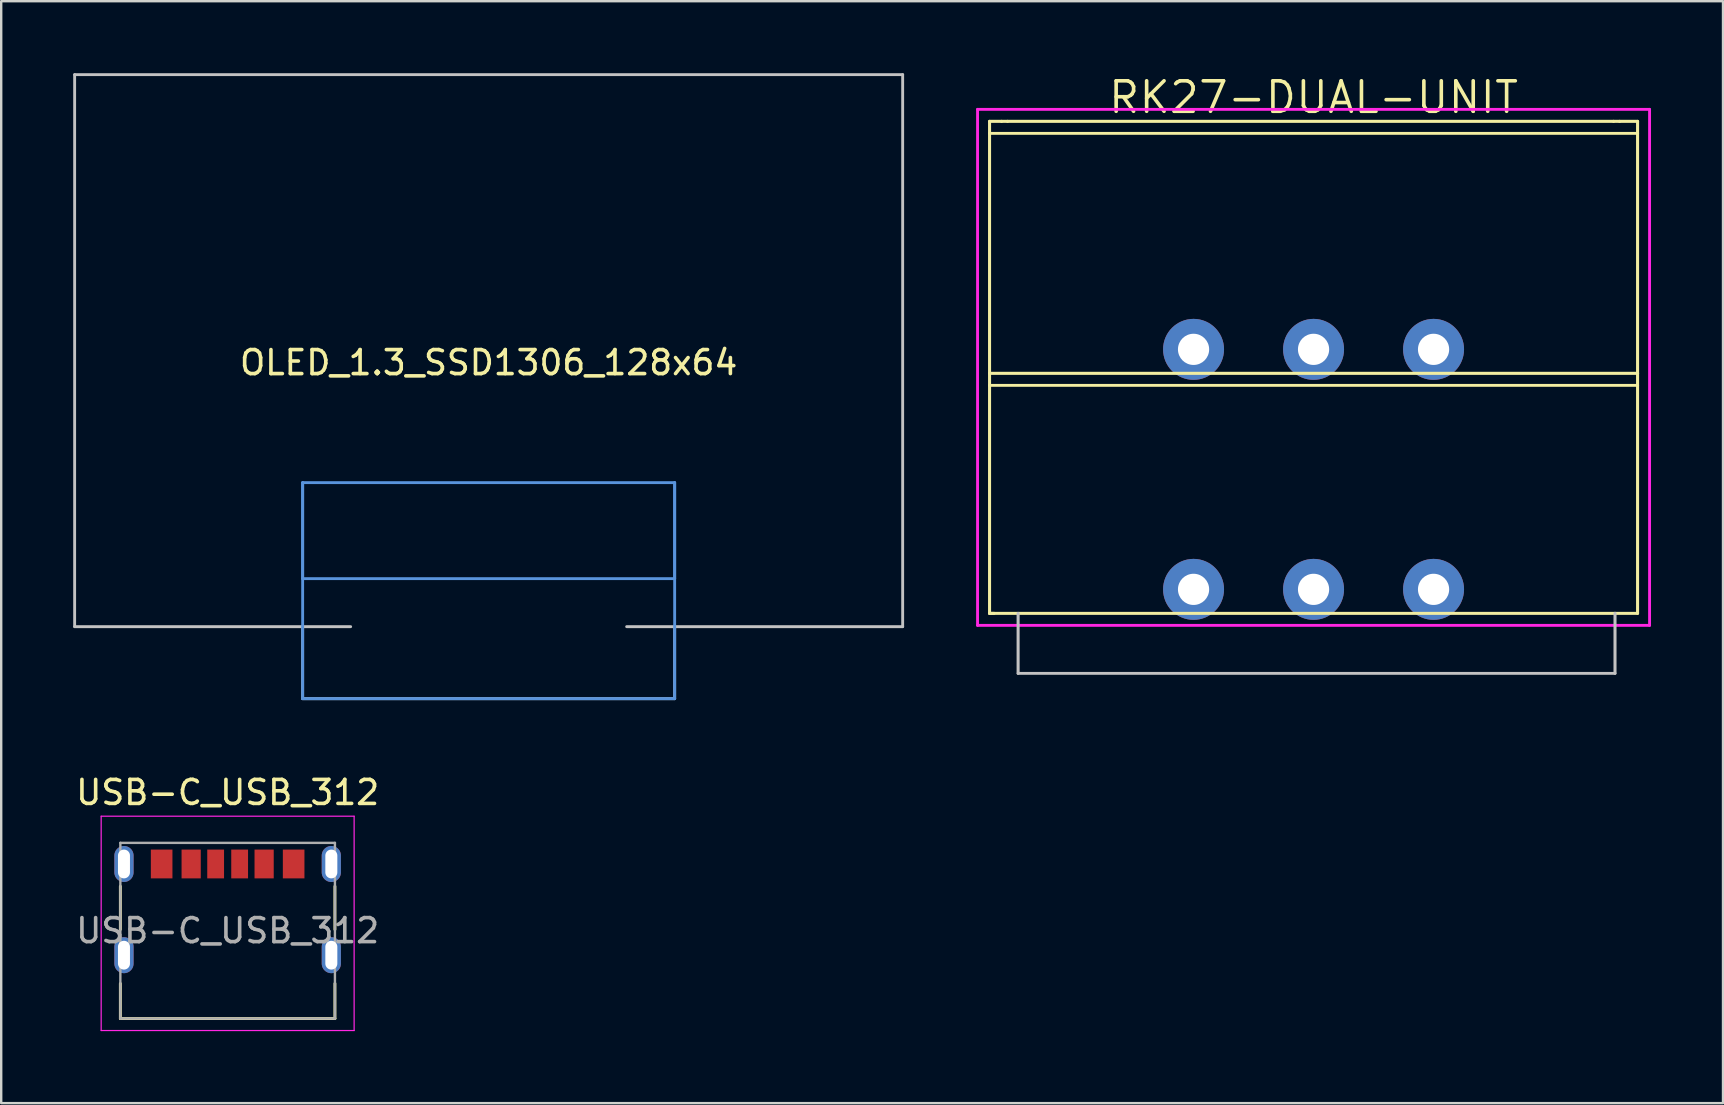
<source format=kicad_pcb>
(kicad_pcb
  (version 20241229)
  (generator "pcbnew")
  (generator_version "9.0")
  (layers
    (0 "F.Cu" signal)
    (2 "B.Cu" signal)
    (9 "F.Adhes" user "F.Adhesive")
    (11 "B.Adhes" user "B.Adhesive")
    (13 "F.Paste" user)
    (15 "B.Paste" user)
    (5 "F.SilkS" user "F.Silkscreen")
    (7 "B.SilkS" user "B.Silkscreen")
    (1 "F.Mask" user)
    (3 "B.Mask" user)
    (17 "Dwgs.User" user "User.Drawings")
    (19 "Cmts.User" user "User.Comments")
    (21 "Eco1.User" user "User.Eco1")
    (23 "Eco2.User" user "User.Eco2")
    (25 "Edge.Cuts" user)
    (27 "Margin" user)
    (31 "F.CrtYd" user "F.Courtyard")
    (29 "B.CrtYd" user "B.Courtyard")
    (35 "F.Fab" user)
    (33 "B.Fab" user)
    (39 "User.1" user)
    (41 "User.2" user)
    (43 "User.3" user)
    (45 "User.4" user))
  (footprint "USB-C_USB_312"
    (layer "F.Cu")
    (at 6.435 36.748)
    (property "Reference" "USB-C_USB_312" (at 0 -6.78 0) (layer "F.SilkS") (effects (font (size 1 1) (thickness 0.15))))
    (attr smd)
    (fp_line (start -4.47 -2.87) (end -4.47 -1.07) (stroke (width 0.12) (type solid)) (layer "F.SilkS"))
    (fp_line (start -4.47 2.64) (end -4.47 1.18) (stroke (width 0.12) (type solid)) (layer "F.SilkS"))
    (fp_line (start 4.47 -2.87) (end 4.47 -1.07) (stroke (width 0.12) (type solid)) (layer "F.SilkS"))
    (fp_line (start 4.47 2.64) (end -4.47 2.64) (stroke (width 0.12) (type solid)) (layer "F.SilkS"))
    (fp_line (start 4.47 2.64) (end 4.47 1.18) (stroke (width 0.12) (type solid)) (layer "F.SilkS"))
    (fp_line (start -5.27 -5.79) (end -5.27 3.14) (stroke (width 0.05) (type solid)) (layer "F.CrtYd"))
    (fp_line (start -5.27 3.14) (end 5.27 3.14) (stroke (width 0.05) (type solid)) (layer "F.CrtYd"))
    (fp_line (start 5.27 -5.79) (end -5.27 -5.79) (stroke (width 0.05) (type solid)) (layer "F.CrtYd"))
    (fp_line (start 5.27 3.14) (end 5.27 -5.79) (stroke (width 0.05) (type solid)) (layer "F.CrtYd"))
    (fp_line (start -4.47 -4.68) (end -4.47 2.64) (stroke (width 0.1) (type solid)) (layer "F.Fab"))
    (fp_line (start -4.47 -4.68) (end 4.47 -4.68) (stroke (width 0.1) (type solid)) (layer "F.Fab"))
    (fp_line (start 4.47 -4.68) (end 4.47 2.64) (stroke (width 0.1) (type solid)) (layer "F.Fab"))
    (fp_line (start 4.47 2.64) (end -4.47 2.64) (stroke (width 0.1) (type solid)) (layer "F.Fab"))
    (fp_text user "${REFERENCE}" (at 0 -1.02 0) (layer "F.Fab") (effects (font (size 1 1) (thickness 0.15))))
    (pad "A5" smd rect (at -0.5 -3.8) (size 0.7 1.2) (layers "F.Cu" "F.Mask" "F.Paste"))
    (pad "A9" smd rect (at 1.52 -3.8) (size 0.8 1.2) (layers "F.Cu" "F.Mask" "F.Paste"))
    (pad "A12" smd rect (at 2.75 -3.8) (size 0.9 1.2) (layers "F.Cu" "F.Mask" "F.Paste"))
    (pad "B5" smd rect (at 0.5 -3.8) (size 0.7 1.2) (layers "F.Cu" "F.Mask" "F.Paste"))
    (pad "B9" smd rect (at -1.52 -3.8) (size 0.8 1.2) (layers "F.Cu" "F.Mask" "F.Paste"))
    (pad "B12" smd rect (at -2.75 -3.8) (size 0.9 1.2) (layers "F.Cu" "F.Mask" "F.Paste"))
    (pad "S1" thru_hole oval (at -4.32 -3.8 90) (size 1.5 0.8) (drill oval 1.2 0.5) (layers "*.Cu" "*.Mask"))
    (pad "S1" thru_hole oval (at -4.32 0 90) (size 1.5 0.8) (drill oval 1.2 0.5) (layers "*.Cu" "*.Mask"))
    (pad "S1" thru_hole oval (at 4.32 -3.8 90) (size 1.5 0.8) (drill oval 1.2 0.5) (layers "*.Cu" "*.Mask"))
    (pad "S1" thru_hole oval (at 4.32 0 90) (size 1.5 0.8) (drill oval 1.2 0.5) (layers "*.Cu" "*.Mask")))
  (footprint "RK27-DUAL-UNIT"
    (layer "F.Cu")
    (at 51.68 21.506)
    (property "Reference" "RK27-DUAL-UNIT" (at 0 -20.5 0) (layer "F.SilkS") (effects (font (size 1.27 1.27) (thickness 0.15))))
    (attr through_hole)
    (fp_line (start -13.5 -19.5) (end -13 -19.5) (stroke (width 0.127) (type solid)) (layer "F.SilkS"))
    (fp_line (start -13.5 -19) (end -13.5 -19.5) (stroke (width 0.127) (type solid)) (layer "F.SilkS"))
    (fp_line (start -13.5 -19) (end 13.5 -19) (stroke (width 0.12) (type solid)) (layer "F.SilkS"))
    (fp_line (start -13.5 -9) (end -13.5 -19) (stroke (width 0.127) (type solid)) (layer "F.SilkS"))
    (fp_line (start -13.5 -9) (end 13.5 -9) (stroke (width 0.127) (type solid)) (layer "F.SilkS"))
    (fp_line (start -13.5 -8.5) (end -13.5 -9) (stroke (width 0.127) (type solid)) (layer "F.SilkS"))
    (fp_line (start -13.5 -8.5) (end 13.5 -8.5) (stroke (width 0.12) (type solid)) (layer "F.SilkS"))
    (fp_line (start -13.5 1) (end -13.5 -8.5) (stroke (width 0.127) (type solid)) (layer "F.SilkS"))
    (fp_line (start -13.5 1) (end -13.31 1) (stroke (width 0.127) (type solid)) (layer "F.SilkS"))
    (fp_line (start -13.5 1) (end 12.56 1) (stroke (width 0.127) (type solid)) (layer "F.SilkS"))
    (fp_line (start -13 -19.5) (end -12.75 -19.5) (stroke (width 0.127) (type solid)) (layer "F.SilkS"))
    (fp_line (start -12.75 -19.5) (end 12.5 -19.5) (stroke (width 0.127) (type solid)) (layer "F.SilkS"))
    (fp_line (start 12.5 -19.5) (end 12.75 -19.5) (stroke (width 0.127) (type solid)) (layer "F.SilkS"))
    (fp_line (start 12.56 1) (end 13.5 1) (stroke (width 0.127) (type solid)) (layer "F.SilkS"))
    (fp_line (start 12.75 -19.5) (end 13.5 -19.5) (stroke (width 0.127) (type solid)) (layer "F.SilkS"))
    (fp_line (start 13.5 -19) (end 13.5 -19.5) (stroke (width 0.127) (type solid)) (layer "F.SilkS"))
    (fp_line (start 13.5 -9) (end 13.5 -19) (stroke (width 0.127) (type solid)) (layer "F.SilkS"))
    (fp_line (start 13.5 -8.5) (end 13.5 -9) (stroke (width 0.127) (type solid)) (layer "F.SilkS"))
    (fp_line (start 13.5 1) (end 13.5 -8.5) (stroke (width 0.127) (type solid)) (layer "F.SilkS"))
    (fp_line (start -12.31 1) (end -12.31 3.5) (stroke (width 0.127) (type solid)) (layer "Dwgs.User"))
    (fp_line (start 12.56 3.5) (end -12.31 3.5) (stroke (width 0.12) (type solid)) (layer "Dwgs.User"))
    (fp_line (start 12.56 3.5) (end 12.56 1) (stroke (width 0.127) (type solid)) (layer "Dwgs.User"))
    (fp_line (start -14 -20) (end -14 1.5) (stroke (width 0.12) (type solid)) (layer "F.CrtYd"))
    (fp_line (start -14 1.5) (end 14 1.5) (stroke (width 0.12) (type solid)) (layer "F.CrtYd"))
    (fp_line (start 14 -20) (end -14 -20) (stroke (width 0.12) (type solid)) (layer "F.CrtYd"))
    (fp_line (start 14 1.5) (end 14 -20) (stroke (width 0.12) (type solid)) (layer "F.CrtYd"))
    (pad "1" thru_hole circle (at -5 0) (size 2.54 2.54) (drill 1.3) (layers "*.Cu" "*.Mask"))
    (pad "2" thru_hole circle (at 0 0) (size 2.54 2.54) (drill 1.3) (layers "*.Cu" "*.Mask"))
    (pad "3" thru_hole circle (at 5 0) (size 2.54 2.54) (drill 1.3) (layers "*.Cu" "*.Mask"))
    (pad "4" thru_hole circle (at -5 -10) (size 2.54 2.54) (drill 1.3) (layers "*.Cu" "*.Mask"))
    (pad "5" thru_hole circle (at 0 -10) (size 2.54 2.54) (drill 1.3) (layers "*.Cu" "*.Mask"))
    (pad "6" thru_hole circle (at 5 -10) (size 2.54 2.54) (drill 1.3) (layers "*.Cu" "*.Mask")))
  (footprint "OLED_1.3_SSD1306_128x64"
    (layer "F.Cu")
    (at 17.31 11.56)
    (property "Reference" "OLED_1.3_SSD1306_128x64" (at 0 0.5 0) (layer "F.SilkS") (effects (font (size 1 1) (thickness 0.15))))
    (attr through_hole)
    (fp_line (start -17.25 -11.5) (end 17.25 -11.5) (stroke (width 0.12) (type solid)) (layer "Dwgs.User"))
    (fp_line (start -17.25 11.5) (end -17.25 -11.5) (stroke (width 0.12) (type solid)) (layer "Dwgs.User"))
    (fp_line (start -17.25 11.5) (end -7.75 11.5) (stroke (width 0.12) (type solid)) (layer "Dwgs.User"))
    (fp_line (start -7.75 11.5) (end -7.75 14.5) (stroke (width 0.12) (type solid)) (layer "Dwgs.User"))
    (fp_line (start -7.75 14.5) (end 7.75 14.5) (stroke (width 0.12) (type solid)) (layer "Dwgs.User"))
    (fp_line (start -5.75 11.5) (end -7.75 11.5) (stroke (width 0.12) (type solid)) (layer "Dwgs.User"))
    (fp_line (start 5.75 11.5) (end 7.75 11.5) (stroke (width 0.12) (type solid)) (layer "Dwgs.User"))
    (fp_line (start 7.75 11.5) (end 7.75 14.5) (stroke (width 0.12) (type solid)) (layer "Dwgs.User"))
    (fp_line (start 7.75 11.5) (end 17.25 11.5) (stroke (width 0.12) (type solid)) (layer "Dwgs.User"))
    (fp_line (start 17.25 -11.5) (end 17.25 11.5) (stroke (width 0.12) (type solid)) (layer "Dwgs.User"))
    (fp_line (start -7.75 5.5) (end -7.75 9.5) (stroke (width 0.12) (type solid)) (layer "Cmts.User"))
    (fp_line (start -7.75 5.5) (end 7.75 5.5) (stroke (width 0.12) (type solid)) (layer "Cmts.User"))
    (fp_line (start -7.75 14.5) (end -7.75 5.5) (stroke (width 0.12) (type solid)) (layer "Cmts.User"))
    (fp_line (start 7.75 5.5) (end 7.75 9.5) (stroke (width 0.12) (type solid)) (layer "Cmts.User"))
    (fp_line (start 7.75 9.5) (end -7.75 9.5) (stroke (width 0.12) (type solid)) (layer "Cmts.User"))
    (fp_line (start 7.75 14.5) (end -7.75 14.5) (stroke (width 0.12) (type solid)) (layer "Cmts.User"))
    (fp_line (start 7.75 14.5) (end 7.75 5.5) (stroke (width 0.12) (type solid)) (layer "Cmts.User")))
  (gr_rect
    (start -3 -3)
    (end 68.74 42.913)
    (stroke (width 0.1) (type default))
    (fill no)
    (layer "Edge.Cuts")))
</source>
